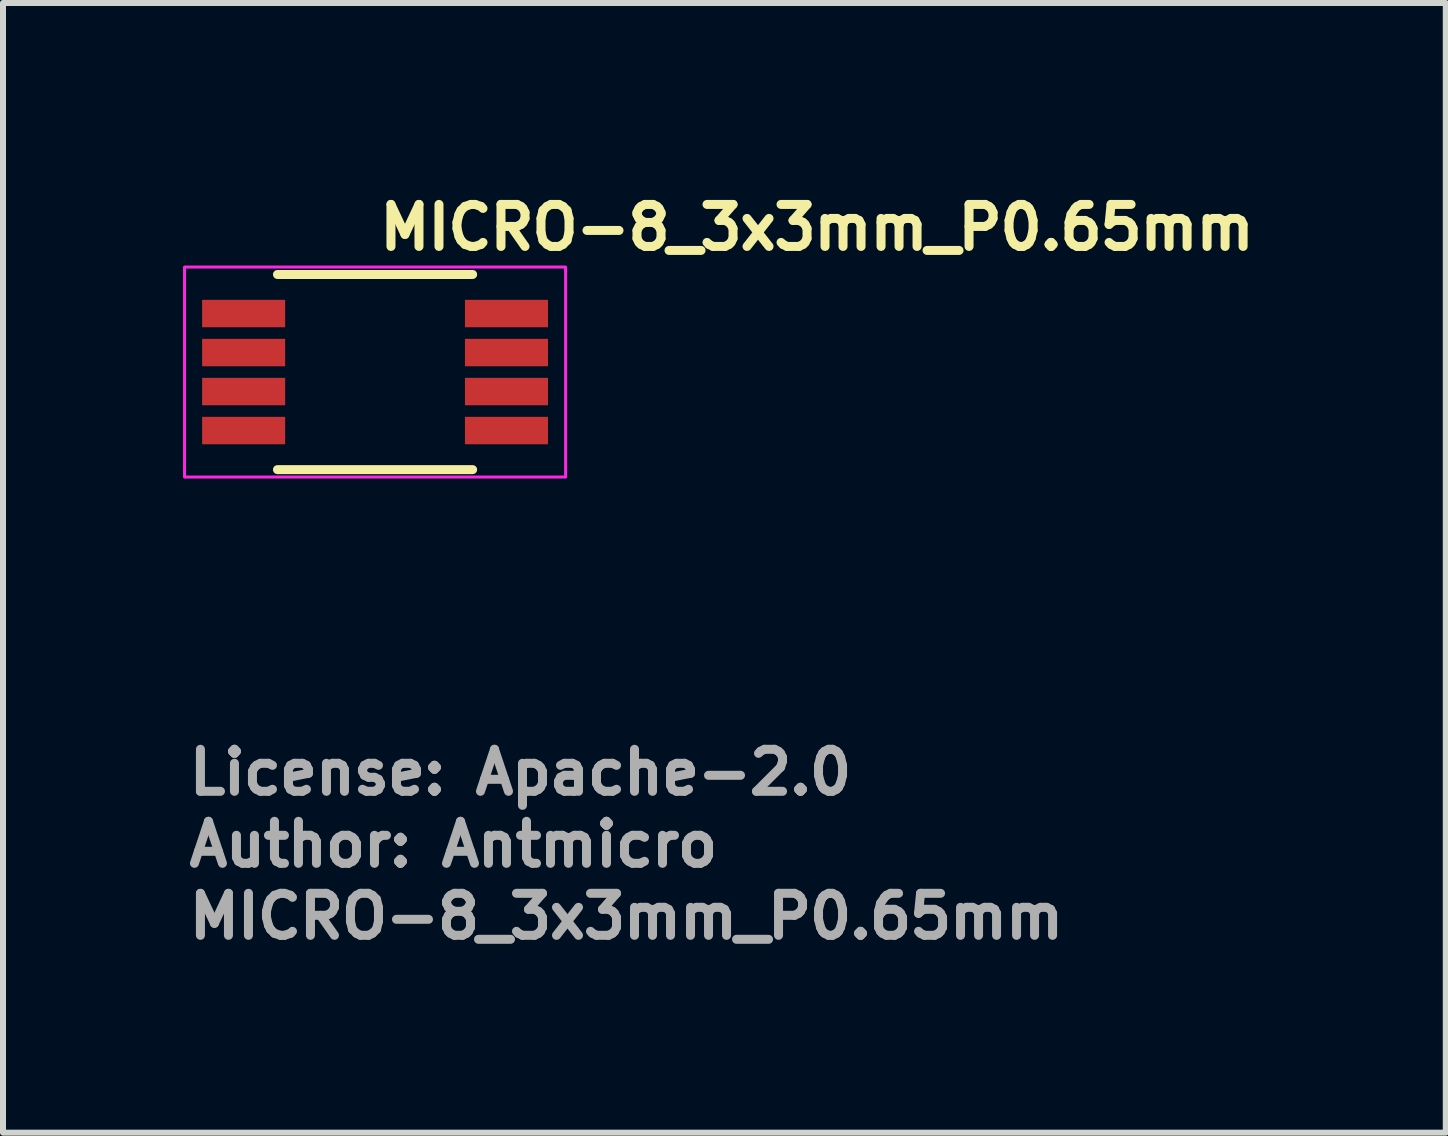
<source format=kicad_pcb>
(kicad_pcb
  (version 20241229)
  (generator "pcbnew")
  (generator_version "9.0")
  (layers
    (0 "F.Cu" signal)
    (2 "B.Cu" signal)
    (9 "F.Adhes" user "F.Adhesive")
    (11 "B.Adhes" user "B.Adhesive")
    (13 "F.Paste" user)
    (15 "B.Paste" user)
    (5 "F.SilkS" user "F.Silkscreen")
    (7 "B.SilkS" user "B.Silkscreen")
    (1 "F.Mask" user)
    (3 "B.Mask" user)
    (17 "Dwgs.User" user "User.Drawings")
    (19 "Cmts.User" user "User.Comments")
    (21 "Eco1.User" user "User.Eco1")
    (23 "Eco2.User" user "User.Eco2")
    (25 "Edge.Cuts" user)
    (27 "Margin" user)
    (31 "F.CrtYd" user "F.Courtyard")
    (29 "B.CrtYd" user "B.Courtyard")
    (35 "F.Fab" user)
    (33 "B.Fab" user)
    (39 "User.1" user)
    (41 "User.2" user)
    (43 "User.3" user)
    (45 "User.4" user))
  (footprint "MICRO-8_3x3mm_P0.65mm"
    (layer "F.Cu")
    (at 3.2 3.15)
    (property "Reference" "MICRO-8_3x3mm_P0.65mm" (at 0 -2 0) (unlocked yes) (layer "F.SilkS") (effects (font (size 0.7 0.7) (thickness 0.15)) (justify left bottom)))
    (attr smd)
    (fp_line (start -1.626 -1.626) (end 1.626 -1.626) (stroke (width 0.15) (type solid)) (layer "F.SilkS"))
    (fp_line (start -1.626 1.626) (end 1.626 1.626) (stroke (width 0.15) (type solid)) (layer "F.SilkS"))
    (fp_rect (start -3.175 -1.75) (end 3.175 1.75) (stroke (width 0.05) (type solid)) (fill no) (layer "F.CrtYd"))
    (fp_rect (start -2.527 -1.499) (end 2.527 1.499) (stroke (width 0.1) (type solid)) (fill no) (layer "User.5"))
    (fp_line (start -2.527 -1.178) (end -2.136 -1.178) (stroke (width 0.02) (type solid)) (layer "User.9"))
    (fp_line (start -2.527 -0.772) (end -2.527 -1.178) (stroke (width 0.02) (type solid)) (layer "User.9"))
    (fp_line (start -2.527 -0.528) (end -2.136 -0.528) (stroke (width 0.02) (type solid)) (layer "User.9"))
    (fp_line (start -2.527 -0.122) (end -2.527 -0.528) (stroke (width 0.02) (type solid)) (layer "User.9"))
    (fp_line (start -2.527 0.122) (end -2.136 0.122) (stroke (width 0.02) (type solid)) (layer "User.9"))
    (fp_line (start -2.527 0.528) (end -2.527 0.122) (stroke (width 0.02) (type solid)) (layer "User.9"))
    (fp_line (start -2.527 0.772) (end -2.136 0.772) (stroke (width 0.02) (type solid)) (layer "User.9"))
    (fp_line (start -2.527 1.178) (end -2.527 0.772) (stroke (width 0.02) (type solid)) (layer "User.9"))
    (fp_line (start -2.136 -1.178) (end -2.059 -1.178) (stroke (width 0.02) (type solid)) (layer "User.9"))
    (fp_line (start -2.136 -0.772) (end -2.527 -0.772) (stroke (width 0.02) (type solid)) (layer "User.9"))
    (fp_line (start -2.136 -0.528) (end -2.059 -0.528) (stroke (width 0.02) (type solid)) (layer "User.9"))
    (fp_line (start -2.136 -0.122) (end -2.527 -0.122) (stroke (width 0.02) (type solid)) (layer "User.9"))
    (fp_line (start -2.136 0.122) (end -2.059 0.122) (stroke (width 0.02) (type solid)) (layer "User.9"))
    (fp_line (start -2.136 0.528) (end -2.527 0.528) (stroke (width 0.02) (type solid)) (layer "User.9"))
    (fp_line (start -2.136 0.772) (end -2.059 0.772) (stroke (width 0.02) (type solid)) (layer "User.9"))
    (fp_line (start -2.136 1.178) (end -2.527 1.178) (stroke (width 0.02) (type solid)) (layer "User.9"))
    (fp_line (start -2.06 -1.178) (end -2.043 -1.178) (stroke (width 0.02) (type solid)) (layer "User.9"))
    (fp_line (start -2.06 -0.528) (end -2.043 -0.528) (stroke (width 0.02) (type solid)) (layer "User.9"))
    (fp_line (start -2.06 0.122) (end -2.043 0.122) (stroke (width 0.02) (type solid)) (layer "User.9"))
    (fp_line (start -2.06 0.772) (end -2.043 0.772) (stroke (width 0.02) (type solid)) (layer "User.9"))
    (fp_line (start -2.059 -0.772) (end -2.136 -0.772) (stroke (width 0.02) (type solid)) (layer "User.9"))
    (fp_line (start -2.059 -0.122) (end -2.136 -0.122) (stroke (width 0.02) (type solid)) (layer "User.9"))
    (fp_line (start -2.059 0.528) (end -2.136 0.528) (stroke (width 0.02) (type solid)) (layer "User.9"))
    (fp_line (start -2.059 1.178) (end -2.136 1.178) (stroke (width 0.02) (type solid)) (layer "User.9"))
    (fp_line (start -2.043 -1.178) (end -1.89 -1.178) (stroke (width 0.02) (type solid)) (layer "User.9"))
    (fp_line (start -2.043 -0.772) (end -2.06 -0.772) (stroke (width 0.02) (type solid)) (layer "User.9"))
    (fp_line (start -2.043 -0.528) (end -1.89 -0.528) (stroke (width 0.02) (type solid)) (layer "User.9"))
    (fp_line (start -2.043 -0.122) (end -2.06 -0.122) (stroke (width 0.02) (type solid)) (layer "User.9"))
    (fp_line (start -2.043 0.122) (end -1.89 0.122) (stroke (width 0.02) (type solid)) (layer "User.9"))
    (fp_line (start -2.043 0.528) (end -2.06 0.528) (stroke (width 0.02) (type solid)) (layer "User.9"))
    (fp_line (start -2.043 0.772) (end -1.89 0.772) (stroke (width 0.02) (type solid)) (layer "User.9"))
    (fp_line (start -2.043 1.178) (end -2.06 1.178) (stroke (width 0.02) (type solid)) (layer "User.9"))
    (fp_line (start -1.89 -1.178) (end -1.499 -1.178) (stroke (width 0.02) (type solid)) (layer "User.9"))
    (fp_line (start -1.89 -0.772) (end -2.043 -0.772) (stroke (width 0.02) (type solid)) (layer "User.9"))
    (fp_line (start -1.89 -0.528) (end -1.499 -0.528) (stroke (width 0.02) (type solid)) (layer "User.9"))
    (fp_line (start -1.89 -0.122) (end -2.043 -0.122) (stroke (width 0.02) (type solid)) (layer "User.9"))
    (fp_line (start -1.89 0.122) (end -1.499 0.122) (stroke (width 0.02) (type solid)) (layer "User.9"))
    (fp_line (start -1.89 0.528) (end -2.043 0.528) (stroke (width 0.02) (type solid)) (layer "User.9"))
    (fp_line (start -1.89 0.772) (end -1.499 0.772) (stroke (width 0.02) (type solid)) (layer "User.9"))
    (fp_line (start -1.89 1.178) (end -2.043 1.178) (stroke (width 0.02) (type solid)) (layer "User.9"))
    (fp_line (start -1.499 -1.499) (end -1.499 1.499) (stroke (width 0.02) (type solid)) (layer "User.9"))
    (fp_line (start -1.499 -0.772) (end -1.89 -0.772) (stroke (width 0.02) (type solid)) (layer "User.9"))
    (fp_line (start -1.499 -0.122) (end -1.89 -0.122) (stroke (width 0.02) (type solid)) (layer "User.9"))
    (fp_line (start -1.499 0.528) (end -1.89 0.528) (stroke (width 0.02) (type solid)) (layer "User.9"))
    (fp_line (start -1.499 1.178) (end -1.89 1.178) (stroke (width 0.02) (type solid)) (layer "User.9"))
    (fp_line (start -1.499 1.499) (end 1.499 1.499) (stroke (width 0.02) (type solid)) (layer "User.9"))
    (fp_line (start -1.097 -0.983) (end -1.097 -0.979) (stroke (width 0.02) (type solid)) (layer "User.9"))
    (fp_line (start -1.097 -0.979) (end -1.097 -0.975) (stroke (width 0.02) (type solid)) (layer "User.9"))
    (fp_line (start -1.097 -0.975) (end -1.097 -0.975) (stroke (width 0.02) (type solid)) (layer "User.9"))
    (fp_line (start -1.097 -0.975) (end -1.097 -0.971) (stroke (width 0.02) (type solid)) (layer "User.9"))
    (fp_line (start -1.097 -0.971) (end -1.097 -0.967) (stroke (width 0.02) (type solid)) (layer "User.9"))
    (fp_line (start -1.097 -0.967) (end -1.096 -0.964) (stroke (width 0.02) (type solid)) (layer "User.9"))
    (fp_line (start -1.096 -0.986) (end -1.097 -0.983) (stroke (width 0.02) (type solid)) (layer "User.9"))
    (fp_line (start -1.096 -0.964) (end -1.095 -0.96) (stroke (width 0.02) (type solid)) (layer "User.9"))
    (fp_line (start -1.095 -0.994) (end -1.095 -0.99) (stroke (width 0.02) (type solid)) (layer "User.9"))
    (fp_line (start -1.095 -0.99) (end -1.096 -0.986) (stroke (width 0.02) (type solid)) (layer "User.9"))
    (fp_line (start -1.095 -0.96) (end -1.095 -0.956) (stroke (width 0.02) (type solid)) (layer "User.9"))
    (fp_line (start -1.095 -0.956) (end -1.094 -0.953) (stroke (width 0.02) (type solid)) (layer "User.9"))
    (fp_line (start -1.094 -0.997) (end -1.095 -0.994) (stroke (width 0.02) (type solid)) (layer "User.9"))
    (fp_line (start -1.094 -0.953) (end -1.092 -0.949) (stroke (width 0.02) (type solid)) (layer "User.9"))
    (fp_line (start -1.092 -1.001) (end -1.094 -0.997) (stroke (width 0.02) (type solid)) (layer "User.9"))
    (fp_line (start -1.092 -0.949) (end -1.091 -0.946) (stroke (width 0.02) (type solid)) (layer "User.9"))
    (fp_line (start -1.091 -1.004) (end -1.092 -1.001) (stroke (width 0.02) (type solid)) (layer "User.9"))
    (fp_line (start -1.091 -0.946) (end -1.09 -0.943) (stroke (width 0.02) (type solid)) (layer "User.9"))
    (fp_line (start -1.09 -1.007) (end -1.091 -1.004) (stroke (width 0.02) (type solid)) (layer "User.9"))
    (fp_line (start -1.09 -0.943) (end -1.088 -0.939) (stroke (width 0.02) (type solid)) (layer "User.9"))
    (fp_line (start -1.088 -1.011) (end -1.09 -1.007) (stroke (width 0.02) (type solid)) (layer "User.9"))
    (fp_line (start -1.088 -0.939) (end -1.086 -0.936) (stroke (width 0.02) (type solid)) (layer "User.9"))
    (fp_line (start -1.086 -1.014) (end -1.088 -1.011) (stroke (width 0.02) (type solid)) (layer "User.9"))
    (fp_line (start -1.086 -0.936) (end -1.084 -0.933) (stroke (width 0.02) (type solid)) (layer "User.9"))
    (fp_line (start -1.084 -1.017) (end -1.086 -1.014) (stroke (width 0.02) (type solid)) (layer "User.9"))
    (fp_line (start -1.084 -0.933) (end -1.082 -0.93) (stroke (width 0.02) (type solid)) (layer "User.9"))
    (fp_line (start -1.082 -1.02) (end -1.084 -1.017) (stroke (width 0.02) (type solid)) (layer "User.9"))
    (fp_line (start -1.082 -0.93) (end -1.08 -0.927) (stroke (width 0.02) (type solid)) (layer "User.9"))
    (fp_line (start -1.08 -1.023) (end -1.082 -1.02) (stroke (width 0.02) (type solid)) (layer "User.9"))
    (fp_line (start -1.08 -0.927) (end -1.077 -0.925) (stroke (width 0.02) (type solid)) (layer "User.9"))
    (fp_line (start -1.077 -1.025) (end -1.08 -1.023) (stroke (width 0.02) (type solid)) (layer "User.9"))
    (fp_line (start -1.077 -0.925) (end -1.075 -0.922) (stroke (width 0.02) (type solid)) (layer "User.9"))
    (fp_line (start -1.075 -1.028) (end -1.077 -1.025) (stroke (width 0.02) (type solid)) (layer "User.9"))
    (fp_line (start -1.075 -0.922) (end -1.072 -0.92) (stroke (width 0.02) (type solid)) (layer "User.9"))
    (fp_line (start -1.072 -1.03) (end -1.075 -1.028) (stroke (width 0.02) (type solid)) (layer "User.9"))
    (fp_line (start -1.072 -0.92) (end -1.07 -0.917) (stroke (width 0.02) (type solid)) (layer "User.9"))
    (fp_line (start -1.07 -1.033) (end -1.072 -1.03) (stroke (width 0.02) (type solid)) (layer "User.9"))
    (fp_line (start -1.07 -0.917) (end -1.067 -0.915) (stroke (width 0.02) (type solid)) (layer "User.9"))
    (fp_line (start -1.067 -1.035) (end -1.07 -1.033) (stroke (width 0.02) (type solid)) (layer "User.9"))
    (fp_line (start -1.067 -0.915) (end -1.064 -0.913) (stroke (width 0.02) (type solid)) (layer "User.9"))
    (fp_line (start -1.064 -1.037) (end -1.067 -1.035) (stroke (width 0.02) (type solid)) (layer "User.9"))
    (fp_line (start -1.064 -0.913) (end -1.061 -0.911) (stroke (width 0.02) (type solid)) (layer "User.9"))
    (fp_line (start -1.061 -1.039) (end -1.064 -1.037) (stroke (width 0.02) (type solid)) (layer "User.9"))
    (fp_line (start -1.061 -0.911) (end -1.058 -0.909) (stroke (width 0.02) (type solid)) (layer "User.9"))
    (fp_line (start -1.058 -1.041) (end -1.061 -1.039) (stroke (width 0.02) (type solid)) (layer "User.9"))
    (fp_line (start -1.058 -0.909) (end -1.054 -0.907) (stroke (width 0.02) (type solid)) (layer "User.9"))
    (fp_line (start -1.054 -1.043) (end -1.058 -1.041) (stroke (width 0.02) (type solid)) (layer "User.9"))
    (fp_line (start -1.054 -0.907) (end -1.051 -0.906) (stroke (width 0.02) (type solid)) (layer "User.9"))
    (fp_line (start -1.051 -1.044) (end -1.054 -1.043) (stroke (width 0.02) (type solid)) (layer "User.9"))
    (fp_line (start -1.051 -0.906) (end -1.048 -0.905) (stroke (width 0.02) (type solid)) (layer "User.9"))
    (fp_line (start -1.048 -1.045) (end -1.051 -1.044) (stroke (width 0.02) (type solid)) (layer "User.9"))
    (fp_line (start -1.048 -0.905) (end -1.044 -0.903) (stroke (width 0.02) (type solid)) (layer "User.9"))
    (fp_line (start -1.044 -1.047) (end -1.048 -1.045) (stroke (width 0.02) (type solid)) (layer "User.9"))
    (fp_line (start -1.044 -0.903) (end -1.041 -0.902) (stroke (width 0.02) (type solid)) (layer "User.9"))
    (fp_line (start -1.041 -1.048) (end -1.044 -1.047) (stroke (width 0.02) (type solid)) (layer "User.9"))
    (fp_line (start -1.041 -0.902) (end -1.037 -0.902) (stroke (width 0.02) (type solid)) (layer "User.9"))
    (fp_line (start -1.037 -1.048) (end -1.041 -1.048) (stroke (width 0.02) (type solid)) (layer "User.9"))
    (fp_line (start -1.037 -0.902) (end -1.033 -0.901) (stroke (width 0.02) (type solid)) (layer "User.9"))
    (fp_line (start -1.033 -1.049) (end -1.037 -1.048) (stroke (width 0.02) (type solid)) (layer "User.9"))
    (fp_line (start -1.033 -0.901) (end -1.03 -0.9) (stroke (width 0.02) (type solid)) (layer "User.9"))
    (fp_line (start -1.03 -1.05) (end -1.033 -1.049) (stroke (width 0.02) (type solid)) (layer "User.9"))
    (fp_line (start -1.03 -0.9) (end -1.026 -0.9) (stroke (width 0.02) (type solid)) (layer "User.9"))
    (fp_line (start -1.026 -1.05) (end -1.03 -1.05) (stroke (width 0.02) (type solid)) (layer "User.9"))
    (fp_line (start -1.026 -0.9) (end -1.022 -0.9) (stroke (width 0.02) (type solid)) (layer "User.9"))
    (fp_line (start -1.022 -1.05) (end -1.026 -1.05) (stroke (width 0.02) (type solid)) (layer "User.9"))
    (fp_line (start -1.022 -1.05) (end -1.022 -1.05) (stroke (width 0.02) (type solid)) (layer "User.9"))
    (fp_line (start -1.022 -0.9) (end -1.022 -0.9) (stroke (width 0.02) (type solid)) (layer "User.9"))
    (fp_line (start -1.022 -0.9) (end -1.018 -0.9) (stroke (width 0.02) (type solid)) (layer "User.9"))
    (fp_line (start -1.018 -1.05) (end -1.022 -1.05) (stroke (width 0.02) (type solid)) (layer "User.9"))
    (fp_line (start -1.018 -0.9) (end -1.014 -0.9) (stroke (width 0.02) (type solid)) (layer "User.9"))
    (fp_line (start -1.014 -1.05) (end -1.018 -1.05) (stroke (width 0.02) (type solid)) (layer "User.9"))
    (fp_line (start -1.014 -0.9) (end -1.011 -0.901) (stroke (width 0.02) (type solid)) (layer "User.9"))
    (fp_line (start -1.011 -1.049) (end -1.014 -1.05) (stroke (width 0.02) (type solid)) (layer "User.9"))
    (fp_line (start -1.011 -0.901) (end -1.007 -0.902) (stroke (width 0.02) (type solid)) (layer "User.9"))
    (fp_line (start -1.007 -1.048) (end -1.011 -1.049) (stroke (width 0.02) (type solid)) (layer "User.9"))
    (fp_line (start -1.007 -0.902) (end -1.003 -0.902) (stroke (width 0.02) (type solid)) (layer "User.9"))
    (fp_line (start -1.003 -1.048) (end -1.007 -1.048) (stroke (width 0.02) (type solid)) (layer "User.9"))
    (fp_line (start -1.003 -0.902) (end -1 -0.903) (stroke (width 0.02) (type solid)) (layer "User.9"))
    (fp_line (start -1 -1.047) (end -1.003 -1.048) (stroke (width 0.02) (type solid)) (layer "User.9"))
    (fp_line (start -1 -0.903) (end -0.996 -0.905) (stroke (width 0.02) (type solid)) (layer "User.9"))
    (fp_line (start -0.996 -1.045) (end -1 -1.047) (stroke (width 0.02) (type solid)) (layer "User.9"))
    (fp_line (start -0.996 -0.905) (end -0.993 -0.906) (stroke (width 0.02) (type solid)) (layer "User.9"))
    (fp_line (start -0.993 -1.044) (end -0.996 -1.045) (stroke (width 0.02) (type solid)) (layer "User.9"))
    (fp_line (start -0.993 -0.906) (end -0.99 -0.907) (stroke (width 0.02) (type solid)) (layer "User.9"))
    (fp_line (start -0.99 -1.043) (end -0.993 -1.044) (stroke (width 0.02) (type solid)) (layer "User.9"))
    (fp_line (start -0.99 -0.907) (end -0.986 -0.909) (stroke (width 0.02) (type solid)) (layer "User.9"))
    (fp_line (start -0.986 -1.041) (end -0.99 -1.043) (stroke (width 0.02) (type solid)) (layer "User.9"))
    (fp_line (start -0.986 -0.909) (end -0.983 -0.911) (stroke (width 0.02) (type solid)) (layer "User.9"))
    (fp_line (start -0.983 -1.039) (end -0.986 -1.041) (stroke (width 0.02) (type solid)) (layer "User.9"))
    (fp_line (start -0.983 -0.911) (end -0.98 -0.913) (stroke (width 0.02) (type solid)) (layer "User.9"))
    (fp_line (start -0.98 -1.037) (end -0.983 -1.039) (stroke (width 0.02) (type solid)) (layer "User.9"))
    (fp_line (start -0.98 -0.913) (end -0.977 -0.915) (stroke (width 0.02) (type solid)) (layer "User.9"))
    (fp_line (start -0.977 -1.035) (end -0.98 -1.037) (stroke (width 0.02) (type solid)) (layer "User.9"))
    (fp_line (start -0.977 -0.915) (end -0.974 -0.917) (stroke (width 0.02) (type solid)) (layer "User.9"))
    (fp_line (start -0.974 -1.033) (end -0.977 -1.035) (stroke (width 0.02) (type solid)) (layer "User.9"))
    (fp_line (start -0.974 -0.917) (end -0.972 -0.92) (stroke (width 0.02) (type solid)) (layer "User.9"))
    (fp_line (start -0.972 -1.03) (end -0.974 -1.033) (stroke (width 0.02) (type solid)) (layer "User.9"))
    (fp_line (start -0.972 -0.92) (end -0.969 -0.922) (stroke (width 0.02) (type solid)) (layer "User.9"))
    (fp_line (start -0.969 -1.028) (end -0.972 -1.03) (stroke (width 0.02) (type solid)) (layer "User.9"))
    (fp_line (start -0.969 -0.922) (end -0.967 -0.925) (stroke (width 0.02) (type solid)) (layer "User.9"))
    (fp_line (start -0.967 -1.025) (end -0.969 -1.028) (stroke (width 0.02) (type solid)) (layer "User.9"))
    (fp_line (start -0.967 -0.925) (end -0.964 -0.927) (stroke (width 0.02) (type solid)) (layer "User.9"))
    (fp_line (start -0.964 -1.023) (end -0.967 -1.025) (stroke (width 0.02) (type solid)) (layer "User.9"))
    (fp_line (start -0.964 -0.927) (end -0.962 -0.93) (stroke (width 0.02) (type solid)) (layer "User.9"))
    (fp_line (start -0.962 -1.02) (end -0.964 -1.023) (stroke (width 0.02) (type solid)) (layer "User.9"))
    (fp_line (start -0.962 -0.93) (end -0.96 -0.933) (stroke (width 0.02) (type solid)) (layer "User.9"))
    (fp_line (start -0.96 -1.017) (end -0.962 -1.02) (stroke (width 0.02) (type solid)) (layer "User.9"))
    (fp_line (start -0.96 -0.933) (end -0.958 -0.936) (stroke (width 0.02) (type solid)) (layer "User.9"))
    (fp_line (start -0.958 -1.014) (end -0.96 -1.017) (stroke (width 0.02) (type solid)) (layer "User.9"))
    (fp_line (start -0.958 -0.936) (end -0.956 -0.939) (stroke (width 0.02) (type solid)) (layer "User.9"))
    (fp_line (start -0.956 -1.011) (end -0.958 -1.014) (stroke (width 0.02) (type solid)) (layer "User.9"))
    (fp_line (start -0.956 -0.939) (end -0.954 -0.943) (stroke (width 0.02) (type solid)) (layer "User.9"))
    (fp_line (start -0.954 -1.007) (end -0.956 -1.011) (stroke (width 0.02) (type solid)) (layer "User.9"))
    (fp_line (start -0.954 -0.943) (end -0.953 -0.946) (stroke (width 0.02) (type solid)) (layer "User.9"))
    (fp_line (start -0.953 -1.004) (end -0.954 -1.007) (stroke (width 0.02) (type solid)) (layer "User.9"))
    (fp_line (start -0.953 -0.946) (end -0.952 -0.949) (stroke (width 0.02) (type solid)) (layer "User.9"))
    (fp_line (start -0.952 -1.001) (end -0.953 -1.004) (stroke (width 0.02) (type solid)) (layer "User.9"))
    (fp_line (start -0.952 -0.949) (end -0.95 -0.953) (stroke (width 0.02) (type solid)) (layer "User.9"))
    (fp_line (start -0.95 -0.997) (end -0.952 -1.001) (stroke (width 0.02) (type solid)) (layer "User.9"))
    (fp_line (start -0.95 -0.953) (end -0.949 -0.956) (stroke (width 0.02) (type solid)) (layer "User.9"))
    (fp_line (start -0.949 -0.994) (end -0.95 -0.997) (stroke (width 0.02) (type solid)) (layer "User.9"))
    (fp_line (start -0.949 -0.99) (end -0.949 -0.994) (stroke (width 0.02) (type solid)) (layer "User.9"))
    (fp_line (start -0.949 -0.96) (end -0.948 -0.964) (stroke (width 0.02) (type solid)) (layer "User.9"))
    (fp_line (start -0.949 -0.956) (end -0.949 -0.96) (stroke (width 0.02) (type solid)) (layer "User.9"))
    (fp_line (start -0.948 -0.986) (end -0.949 -0.99) (stroke (width 0.02) (type solid)) (layer "User.9"))
    (fp_line (start -0.948 -0.964) (end -0.947 -0.967) (stroke (width 0.02) (type solid)) (layer "User.9"))
    (fp_line (start -0.947 -0.983) (end -0.948 -0.986) (stroke (width 0.02) (type solid)) (layer "User.9"))
    (fp_line (start -0.947 -0.979) (end -0.947 -0.983) (stroke (width 0.02) (type solid)) (layer "User.9"))
    (fp_line (start -0.947 -0.975) (end -0.947 -0.979) (stroke (width 0.02) (type solid)) (layer "User.9"))
    (fp_line (start -0.947 -0.975) (end -0.947 -0.975) (stroke (width 0.02) (type solid)) (layer "User.9"))
    (fp_line (start -0.947 -0.975) (end -0.947 -0.975) (stroke (width 0.02) (type solid)) (layer "User.9"))
    (fp_line (start -0.947 -0.971) (end -0.947 -0.975) (stroke (width 0.02) (type solid)) (layer "User.9"))
    (fp_line (start -0.947 -0.967) (end -0.947 -0.971) (stroke (width 0.02) (type solid)) (layer "User.9"))
    (fp_line (start 1.499 -1.499) (end -1.499 -1.499) (stroke (width 0.02) (type solid)) (layer "User.9"))
    (fp_line (start 1.499 -1.178) (end 1.89 -1.178) (stroke (width 0.02) (type solid)) (layer "User.9"))
    (fp_line (start 1.499 -0.528) (end 1.89 -0.528) (stroke (width 0.02) (type solid)) (layer "User.9"))
    (fp_line (start 1.499 0.122) (end 1.89 0.122) (stroke (width 0.02) (type solid)) (layer "User.9"))
    (fp_line (start 1.499 0.772) (end 1.89 0.772) (stroke (width 0.02) (type solid)) (layer "User.9"))
    (fp_line (start 1.499 1.499) (end 1.499 -1.499) (stroke (width 0.02) (type solid)) (layer "User.9"))
    (fp_line (start 1.89 -1.178) (end 2.043 -1.178) (stroke (width 0.02) (type solid)) (layer "User.9"))
    (fp_line (start 1.89 -0.772) (end 1.499 -0.772) (stroke (width 0.02) (type solid)) (layer "User.9"))
    (fp_line (start 1.89 -0.528) (end 2.043 -0.528) (stroke (width 0.02) (type solid)) (layer "User.9"))
    (fp_line (start 1.89 -0.122) (end 1.499 -0.122) (stroke (width 0.02) (type solid)) (layer "User.9"))
    (fp_line (start 1.89 0.122) (end 2.043 0.122) (stroke (width 0.02) (type solid)) (layer "User.9"))
    (fp_line (start 1.89 0.528) (end 1.499 0.528) (stroke (width 0.02) (type solid)) (layer "User.9"))
    (fp_line (start 1.89 0.772) (end 2.043 0.772) (stroke (width 0.02) (type solid)) (layer "User.9"))
    (fp_line (start 1.89 1.178) (end 1.499 1.178) (stroke (width 0.02) (type solid)) (layer "User.9"))
    (fp_line (start 2.043 -1.178) (end 2.06 -1.178) (stroke (width 0.02) (type solid)) (layer "User.9"))
    (fp_line (start 2.043 -0.772) (end 1.89 -0.772) (stroke (width 0.02) (type solid)) (layer "User.9"))
    (fp_line (start 2.043 -0.528) (end 2.06 -0.528) (stroke (width 0.02) (type solid)) (layer "User.9"))
    (fp_line (start 2.043 -0.122) (end 1.89 -0.122) (stroke (width 0.02) (type solid)) (layer "User.9"))
    (fp_line (start 2.043 0.122) (end 2.06 0.122) (stroke (width 0.02) (type solid)) (layer "User.9"))
    (fp_line (start 2.043 0.528) (end 1.89 0.528) (stroke (width 0.02) (type solid)) (layer "User.9"))
    (fp_line (start 2.043 0.772) (end 2.06 0.772) (stroke (width 0.02) (type solid)) (layer "User.9"))
    (fp_line (start 2.043 1.178) (end 1.89 1.178) (stroke (width 0.02) (type solid)) (layer "User.9"))
    (fp_line (start 2.059 -1.178) (end 2.136 -1.178) (stroke (width 0.02) (type solid)) (layer "User.9"))
    (fp_line (start 2.059 -0.528) (end 2.136 -0.528) (stroke (width 0.02) (type solid)) (layer "User.9"))
    (fp_line (start 2.059 0.122) (end 2.136 0.122) (stroke (width 0.02) (type solid)) (layer "User.9"))
    (fp_line (start 2.059 0.772) (end 2.136 0.772) (stroke (width 0.02) (type solid)) (layer "User.9"))
    (fp_line (start 2.06 -0.772) (end 2.043 -0.772) (stroke (width 0.02) (type solid)) (layer "User.9"))
    (fp_line (start 2.06 -0.122) (end 2.043 -0.122) (stroke (width 0.02) (type solid)) (layer "User.9"))
    (fp_line (start 2.06 0.528) (end 2.043 0.528) (stroke (width 0.02) (type solid)) (layer "User.9"))
    (fp_line (start 2.06 1.178) (end 2.043 1.178) (stroke (width 0.02) (type solid)) (layer "User.9"))
    (fp_line (start 2.136 -1.178) (end 2.527 -1.178) (stroke (width 0.02) (type solid)) (layer "User.9"))
    (fp_line (start 2.136 -0.772) (end 2.059 -0.772) (stroke (width 0.02) (type solid)) (layer "User.9"))
    (fp_line (start 2.136 -0.528) (end 2.527 -0.528) (stroke (width 0.02) (type solid)) (layer "User.9"))
    (fp_line (start 2.136 -0.122) (end 2.059 -0.122) (stroke (width 0.02) (type solid)) (layer "User.9"))
    (fp_line (start 2.136 0.122) (end 2.527 0.122) (stroke (width 0.02) (type solid)) (layer "User.9"))
    (fp_line (start 2.136 0.528) (end 2.059 0.528) (stroke (width 0.02) (type solid)) (layer "User.9"))
    (fp_line (start 2.136 0.772) (end 2.527 0.772) (stroke (width 0.02) (type solid)) (layer "User.9"))
    (fp_line (start 2.136 1.178) (end 2.059 1.178) (stroke (width 0.02) (type solid)) (layer "User.9"))
    (fp_line (start 2.527 -1.178) (end 2.527 -0.772) (stroke (width 0.02) (type solid)) (layer "User.9"))
    (fp_line (start 2.527 -0.772) (end 2.136 -0.772) (stroke (width 0.02) (type solid)) (layer "User.9"))
    (fp_line (start 2.527 -0.528) (end 2.527 -0.122) (stroke (width 0.02) (type solid)) (layer "User.9"))
    (fp_line (start 2.527 -0.122) (end 2.136 -0.122) (stroke (width 0.02) (type solid)) (layer "User.9"))
    (fp_line (start 2.527 0.122) (end 2.527 0.528) (stroke (width 0.02) (type solid)) (layer "User.9"))
    (fp_line (start 2.527 0.528) (end 2.136 0.528) (stroke (width 0.02) (type solid)) (layer "User.9"))
    (fp_line (start 2.527 0.772) (end 2.527 1.178) (stroke (width 0.02) (type solid)) (layer "User.9"))
    (fp_line (start 2.527 1.178) (end 2.136 1.178) (stroke (width 0.02) (type solid)) (layer "User.9"))
    (fp_text user "License: Apache-2.0" (at -3.175 7.08 0) (layer "F.Fab") (effects (font (size 0.7 0.7) (thickness 0.15)) (justify left bottom)))
    (fp_text user "${REFERENCE}" (at -3.175 9.48 0) (layer "F.Fab") (effects (font (size 0.7 0.7) (thickness 0.15)) (justify left bottom)))
    (fp_text user "Author: Antmicro" (at -3.175 8.28 0) (layer "F.Fab") (effects (font (size 0.7 0.7) (thickness 0.15)) (justify left bottom)))
    (pad "1" smd rect (at -2.19 -0.975) (size 1.384 0.457) (layers "F.Cu" "F.Mask" "F.Paste"))
    (pad "2" smd rect (at -2.19 -0.325) (size 1.384 0.457) (layers "F.Cu" "F.Mask" "F.Paste"))
    (pad "3" smd rect (at -2.19 0.325) (size 1.384 0.457) (layers "F.Cu" "F.Mask" "F.Paste"))
    (pad "4" smd rect (at -2.19 0.975) (size 1.384 0.457) (layers "F.Cu" "F.Mask" "F.Paste"))
    (pad "5" smd rect (at 2.19 0.975) (size 1.384 0.457) (layers "F.Cu" "F.Mask" "F.Paste"))
    (pad "6" smd rect (at 2.19 0.325) (size 1.384 0.457) (layers "F.Cu" "F.Mask" "F.Paste"))
    (pad "7" smd rect (at 2.19 -0.325) (size 1.384 0.457) (layers "F.Cu" "F.Mask" "F.Paste"))
    (pad "8" smd rect (at 2.19 -0.975) (size 1.384 0.457) (layers "F.Cu" "F.Mask" "F.Paste")))
  (gr_rect
    (start -3 -3)
    (end 21.043 15.825)
    (stroke (width 0.1) (type default))
    (fill no)
    (layer "Edge.Cuts")))
</source>
